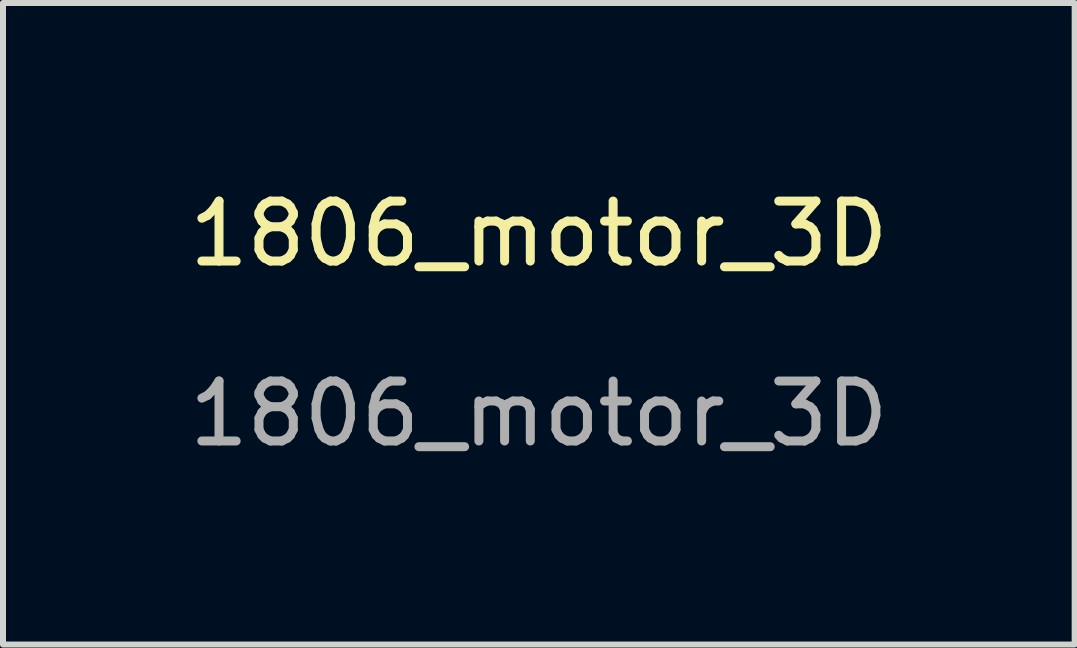
<source format=kicad_pcb>
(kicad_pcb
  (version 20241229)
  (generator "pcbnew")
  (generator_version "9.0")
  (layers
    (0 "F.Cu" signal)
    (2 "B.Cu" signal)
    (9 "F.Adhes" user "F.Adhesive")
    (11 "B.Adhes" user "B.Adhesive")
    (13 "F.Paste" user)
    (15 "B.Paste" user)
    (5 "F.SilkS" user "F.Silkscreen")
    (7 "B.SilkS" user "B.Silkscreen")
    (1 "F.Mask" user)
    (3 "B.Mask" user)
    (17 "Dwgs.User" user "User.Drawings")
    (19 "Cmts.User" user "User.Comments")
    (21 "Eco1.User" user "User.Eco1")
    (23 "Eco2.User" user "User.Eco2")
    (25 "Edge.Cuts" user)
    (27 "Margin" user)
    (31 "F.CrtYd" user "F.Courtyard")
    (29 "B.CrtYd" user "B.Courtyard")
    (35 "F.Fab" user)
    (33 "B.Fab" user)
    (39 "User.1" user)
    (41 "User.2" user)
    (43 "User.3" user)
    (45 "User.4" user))
  (footprint "1806_motor_3D"
    (layer "F.Cu")
    (at 5.935 1.348)
    (property "Reference" "1806_motor_3D" (at 0 -0.5 0) (unlocked yes) (layer "F.SilkS") (effects (font (size 1 1) (thickness 0.15))))
    (fp_text user "${REFERENCE}" (at 0 2.5 0) (unlocked yes) (layer "F.Fab") (effects (font (size 1 1) (thickness 0.15)))))
  (gr_rect
    (start -3 -3)
    (end 14.869 7.697)
    (stroke (width 0.1) (type default))
    (fill no)
    (layer "Edge.Cuts")))
</source>
